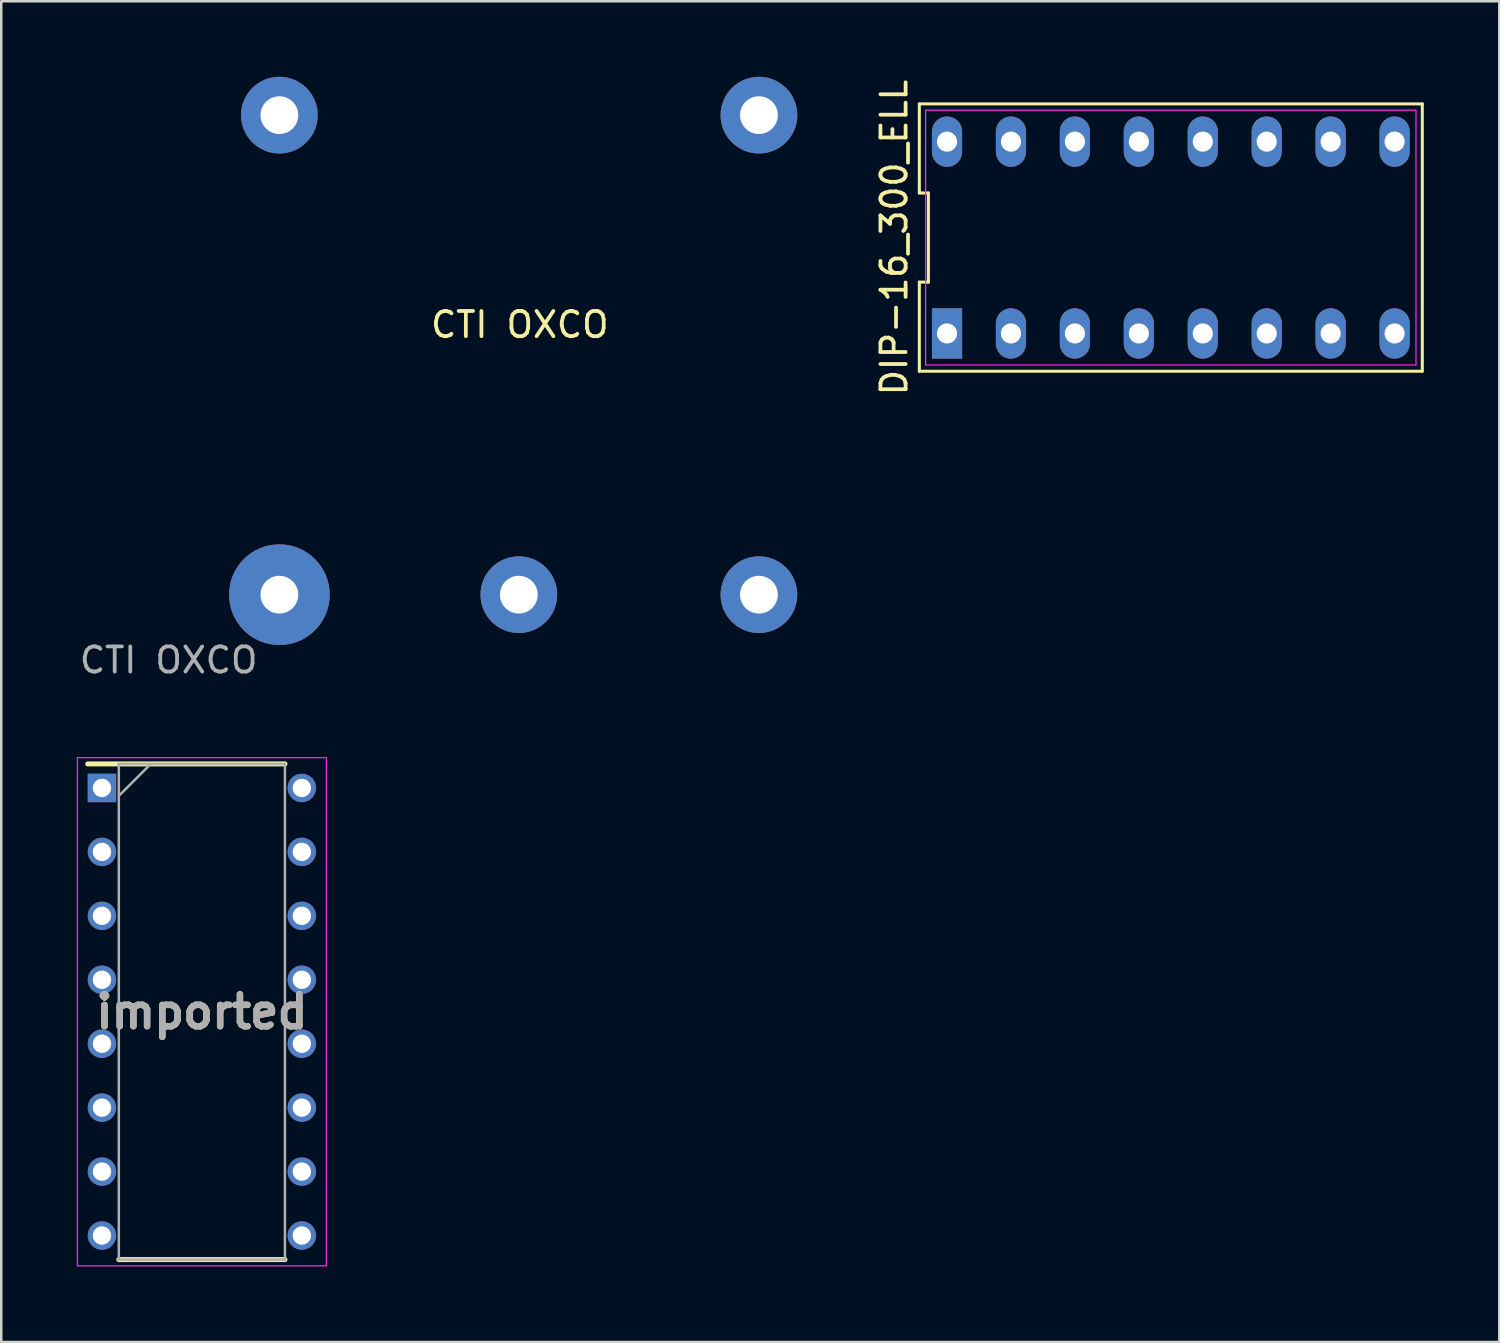
<source format=kicad_pcb>
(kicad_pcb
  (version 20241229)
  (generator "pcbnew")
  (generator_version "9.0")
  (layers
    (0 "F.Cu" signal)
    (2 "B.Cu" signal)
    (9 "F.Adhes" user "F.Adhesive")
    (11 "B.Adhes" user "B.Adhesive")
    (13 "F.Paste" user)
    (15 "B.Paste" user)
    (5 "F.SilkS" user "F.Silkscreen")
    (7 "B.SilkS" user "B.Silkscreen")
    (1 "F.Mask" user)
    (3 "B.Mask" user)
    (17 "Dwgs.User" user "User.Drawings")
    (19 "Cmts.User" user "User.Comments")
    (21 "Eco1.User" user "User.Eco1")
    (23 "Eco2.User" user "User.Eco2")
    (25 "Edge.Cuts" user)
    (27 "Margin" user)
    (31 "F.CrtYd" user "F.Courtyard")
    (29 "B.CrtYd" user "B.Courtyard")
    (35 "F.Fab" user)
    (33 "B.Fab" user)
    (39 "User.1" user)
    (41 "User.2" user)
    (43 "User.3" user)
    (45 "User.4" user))
  (footprint "imported"
    (layer "F.Cu")
    (at 4.97 37.142)
    (property "Reference" "imported" (at 0 0 0) (layer "F.SilkS") (effects (font (size 1.27 1.27) (thickness 0.254))))
    (attr through_hole)
    (fp_line (start -4.535 -9.845) (end 3.3 -9.845) (stroke (width 0.2) (type solid)) (layer "F.SilkS"))
    (fp_line (start -3.3 9.845) (end 3.3 9.845) (stroke (width 0.2) (type solid)) (layer "F.SilkS"))
    (fp_line (start -4.945 -10.095) (end 4.945 -10.095) (stroke (width 0.05) (type solid)) (layer "F.CrtYd"))
    (fp_line (start -4.945 10.095) (end -4.945 -10.095) (stroke (width 0.05) (type solid)) (layer "F.CrtYd"))
    (fp_line (start 4.945 -10.095) (end 4.945 10.095) (stroke (width 0.05) (type solid)) (layer "F.CrtYd"))
    (fp_line (start 4.945 10.095) (end -4.945 10.095) (stroke (width 0.05) (type solid)) (layer "F.CrtYd"))
    (fp_line (start -3.3 -9.845) (end 3.3 -9.845) (stroke (width 0.1) (type solid)) (layer "F.Fab"))
    (fp_line (start -3.3 -8.575) (end -2.03 -9.845) (stroke (width 0.1) (type solid)) (layer "F.Fab"))
    (fp_line (start -3.3 9.845) (end -3.3 -9.845) (stroke (width 0.1) (type solid)) (layer "F.Fab"))
    (fp_line (start 3.3 -9.845) (end 3.3 9.845) (stroke (width 0.1) (type solid)) (layer "F.Fab"))
    (fp_line (start 3.3 9.845) (end -3.3 9.845) (stroke (width 0.1) (type solid)) (layer "F.Fab"))
    (fp_text user "${REFERENCE}" (at 0 0 0) (layer "F.Fab") (effects (font (size 1.27 1.27) (thickness 0.254))))
    (pad "1" thru_hole rect (at -3.97 -8.89) (size 1.13 1.13) (drill 0.73) (layers "*.Cu" "*.Mask"))
    (pad "2" thru_hole circle (at -3.97 -6.35) (size 1.13 1.13) (drill 0.73) (layers "*.Cu" "*.Mask"))
    (pad "3" thru_hole circle (at -3.97 -3.81) (size 1.13 1.13) (drill 0.73) (layers "*.Cu" "*.Mask"))
    (pad "4" thru_hole circle (at -3.97 -1.27) (size 1.13 1.13) (drill 0.73) (layers "*.Cu" "*.Mask"))
    (pad "5" thru_hole circle (at -3.97 1.27) (size 1.13 1.13) (drill 0.73) (layers "*.Cu" "*.Mask"))
    (pad "6" thru_hole circle (at -3.97 3.81) (size 1.13 1.13) (drill 0.73) (layers "*.Cu" "*.Mask"))
    (pad "7" thru_hole circle (at -3.97 6.35) (size 1.13 1.13) (drill 0.73) (layers "*.Cu" "*.Mask"))
    (pad "8" thru_hole circle (at -3.97 8.89) (size 1.13 1.13) (drill 0.73) (layers "*.Cu" "*.Mask"))
    (pad "9" thru_hole circle (at 3.97 8.89) (size 1.13 1.13) (drill 0.73) (layers "*.Cu" "*.Mask"))
    (pad "10" thru_hole circle (at 3.97 6.35) (size 1.13 1.13) (drill 0.73) (layers "*.Cu" "*.Mask"))
    (pad "11" thru_hole circle (at 3.97 3.81) (size 1.13 1.13) (drill 0.73) (layers "*.Cu" "*.Mask"))
    (pad "12" thru_hole circle (at 3.97 1.27) (size 1.13 1.13) (drill 0.73) (layers "*.Cu" "*.Mask"))
    (pad "13" thru_hole circle (at 3.97 -1.27) (size 1.13 1.13) (drill 0.73) (layers "*.Cu" "*.Mask"))
    (pad "14" thru_hole circle (at 3.97 -3.81) (size 1.13 1.13) (drill 0.73) (layers "*.Cu" "*.Mask"))
    (pad "15" thru_hole circle (at 3.97 -6.35) (size 1.13 1.13) (drill 0.73) (layers "*.Cu" "*.Mask"))
    (pad "16" thru_hole circle (at 3.97 -8.89) (size 1.13 1.13) (drill 0.73) (layers "*.Cu" "*.Mask")))
  (footprint "DIP-16_300_ELL"
    (layer "F.Cu")
    (at 43.461 6.387)
    (property "Reference" "DIP-16_300_ELL" (at -10.99 0 90) (layer "F.SilkS") (effects (font (size 1 1) (thickness 0.15))))
    (attr through_hole)
    (fp_line (start -9.99 -5.31) (end -9.99 -1.77) (stroke (width 0.12) (type solid)) (layer "F.SilkS"))
    (fp_line (start -9.99 -1.77) (end -9.63 -1.77) (stroke (width 0.12) (type solid)) (layer "F.SilkS"))
    (fp_line (start -9.99 1.77) (end -9.99 5.31) (stroke (width 0.12) (type solid)) (layer "F.SilkS"))
    (fp_line (start -9.99 5.31) (end 9.99 5.31) (stroke (width 0.12) (type solid)) (layer "F.SilkS"))
    (fp_line (start -9.63 -1.77) (end -9.63 1.77) (stroke (width 0.12) (type solid)) (layer "F.SilkS"))
    (fp_line (start -9.63 1.77) (end -9.99 1.77) (stroke (width 0.12) (type solid)) (layer "F.SilkS"))
    (fp_line (start 9.99 -5.31) (end -9.99 -5.31) (stroke (width 0.12) (type solid)) (layer "F.SilkS"))
    (fp_line (start 9.99 5.31) (end 9.99 -5.31) (stroke (width 0.12) (type solid)) (layer "F.SilkS"))
    (fp_line (start -9.74 -5.06) (end 9.74 -5.06) (stroke (width 0.05) (type solid)) (layer "F.CrtYd"))
    (fp_line (start -9.74 5.06) (end -9.74 -5.06) (stroke (width 0.05) (type solid)) (layer "F.CrtYd"))
    (fp_line (start 9.74 -5.06) (end 9.74 5.06) (stroke (width 0.05) (type solid)) (layer "F.CrtYd"))
    (fp_line (start 9.74 5.06) (end -9.74 5.06) (stroke (width 0.05) (type solid)) (layer "F.CrtYd"))
    (pad "1" thru_hole rect (at -8.89 3.81) (size 1.2 2) (drill 0.8) (layers "*.Cu" "*.Mask"))
    (pad "2" thru_hole oval (at -6.35 3.81) (size 1.2 2) (drill 0.8) (layers "*.Cu" "*.Mask"))
    (pad "3" thru_hole oval (at -3.81 3.81) (size 1.2 2) (drill 0.8) (layers "*.Cu" "*.Mask"))
    (pad "4" thru_hole oval (at -1.27 3.81) (size 1.2 2) (drill 0.8) (layers "*.Cu" "*.Mask"))
    (pad "5" thru_hole oval (at 1.27 3.81) (size 1.2 2) (drill 0.8) (layers "*.Cu" "*.Mask"))
    (pad "6" thru_hole oval (at 3.81 3.81) (size 1.2 2) (drill 0.8) (layers "*.Cu" "*.Mask"))
    (pad "7" thru_hole oval (at 6.35 3.81) (size 1.2 2) (drill 0.8) (layers "*.Cu" "*.Mask"))
    (pad "8" thru_hole oval (at 8.89 3.81) (size 1.2 2) (drill 0.8) (layers "*.Cu" "*.Mask"))
    (pad "9" thru_hole oval (at 8.89 -3.81) (size 1.2 2) (drill 0.8) (layers "*.Cu" "*.Mask"))
    (pad "10" thru_hole oval (at 6.35 -3.81) (size 1.2 2) (drill 0.8) (layers "*.Cu" "*.Mask"))
    (pad "11" thru_hole oval (at 3.81 -3.81) (size 1.2 2) (drill 0.8) (layers "*.Cu" "*.Mask"))
    (pad "12" thru_hole oval (at 1.27 -3.81) (size 1.2 2) (drill 0.8) (layers "*.Cu" "*.Mask"))
    (pad "13" thru_hole oval (at -1.27 -3.81) (size 1.2 2) (drill 0.8) (layers "*.Cu" "*.Mask"))
    (pad "14" thru_hole oval (at -3.81 -3.81) (size 1.2 2) (drill 0.8) (layers "*.Cu" "*.Mask"))
    (pad "15" thru_hole oval (at -6.35 -3.81) (size 1.2 2) (drill 0.8) (layers "*.Cu" "*.Mask"))
    (pad "16" thru_hole oval (at -8.89 -3.81) (size 1.2 2) (drill 0.8) (layers "*.Cu" "*.Mask")))
  (footprint "CTI OXCO"
    (layer "F.Cu")
    (at 17.524 14.149)
    (property "Reference" "CTI OXCO" (at 0.075 -4.3 0) (unlocked yes) (layer "F.SilkS") (effects (font (size 1 1) (thickness 0.15))))
    (attr through_hole)
    (fp_text user "${REFERENCE}" (at -13.875 9.025 0) (unlocked yes) (layer "F.Fab") (effects (font (size 1 1) (thickness 0.15))))
    (pad "1" thru_hole circle (at -9.475 6.425 180) (size 4 4) (drill 1.5) (layers "*.Cu" "*.Mask"))
    (pad "2" thru_hole circle (at 0.037 6.425 180) (size 3.048 3.048) (drill 1.5) (layers "*.Cu" "*.Mask"))
    (pad "3" thru_hole circle (at 9.575 6.425 180) (size 3.048 3.048) (drill 1.5) (layers "*.Cu" "*.Mask"))
    (pad "4" thru_hole circle (at 9.575 -12.625 180) (size 3.048 3.048) (drill 1.5) (layers "*.Cu" "*.Mask"))
    (pad "5" thru_hole circle (at -9.475 -12.625 180) (size 3.048 3.048) (drill 1.5) (layers "*.Cu" "*.Mask")))
  (gr_rect
    (start -3 -3)
    (end 56.511 50.262)
    (stroke (width 0.1) (type default))
    (fill no)
    (layer "Edge.Cuts")))
</source>
